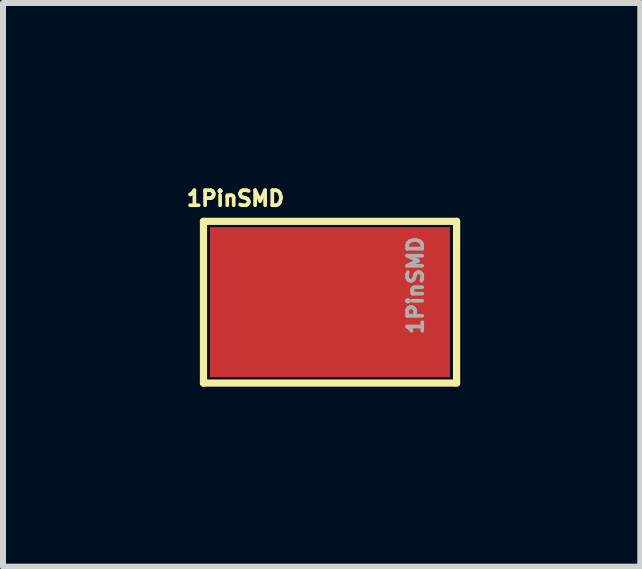
<source format=kicad_pcb>
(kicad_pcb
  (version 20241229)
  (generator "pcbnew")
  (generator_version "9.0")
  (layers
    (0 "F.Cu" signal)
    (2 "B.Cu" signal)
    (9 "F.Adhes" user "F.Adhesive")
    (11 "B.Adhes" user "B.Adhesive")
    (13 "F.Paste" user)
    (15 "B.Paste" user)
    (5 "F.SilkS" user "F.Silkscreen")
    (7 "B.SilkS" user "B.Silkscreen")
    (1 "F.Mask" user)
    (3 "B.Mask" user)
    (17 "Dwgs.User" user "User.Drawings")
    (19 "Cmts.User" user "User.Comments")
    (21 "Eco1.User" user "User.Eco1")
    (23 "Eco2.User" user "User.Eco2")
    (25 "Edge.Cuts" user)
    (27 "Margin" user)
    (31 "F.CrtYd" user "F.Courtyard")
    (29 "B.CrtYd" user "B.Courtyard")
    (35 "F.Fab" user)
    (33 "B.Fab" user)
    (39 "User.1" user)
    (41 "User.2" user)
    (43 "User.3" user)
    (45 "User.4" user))
  (footprint "1PinSMD"
    (layer "F.Cu")
    (at 2.498 1.958)
    (property "Reference" "1PinSMD" (at -1.626 -1.702 0) (unlocked yes) (layer "F.SilkS") (effects (font (size 0.25 0.25) (thickness 0.062))))
    (attr smd)
    (fp_line (start -2.159 -1.321) (end -2.159 1.372) (stroke (width 0.12) (type solid)) (layer "F.SilkS"))
    (fp_line (start -2.159 1.372) (end 2.057 1.372) (stroke (width 0.12) (type solid)) (layer "F.SilkS"))
    (fp_line (start 2.057 -1.321) (end -2.159 -1.321) (stroke (width 0.12) (type solid)) (layer "F.SilkS"))
    (fp_line (start 2.057 1.372) (end 2.057 -1.321) (stroke (width 0.12) (type solid)) (layer "F.SilkS"))
    (fp_text user "${REFERENCE}" (at 1.372 -0.254 90) (unlocked yes) (layer "F.Fab") (effects (font (size 0.25 0.25) (thickness 0.062))))
    (pad "1" smd rect (at -0.051 0.025) (size 4 2.5) (layers "F.Cu" "F.Mask" "F.Paste")))
  (gr_rect
    (start -3 -3)
    (end 7.615 6.389)
    (stroke (width 0.1) (type default))
    (fill no)
    (layer "Edge.Cuts")))
</source>
